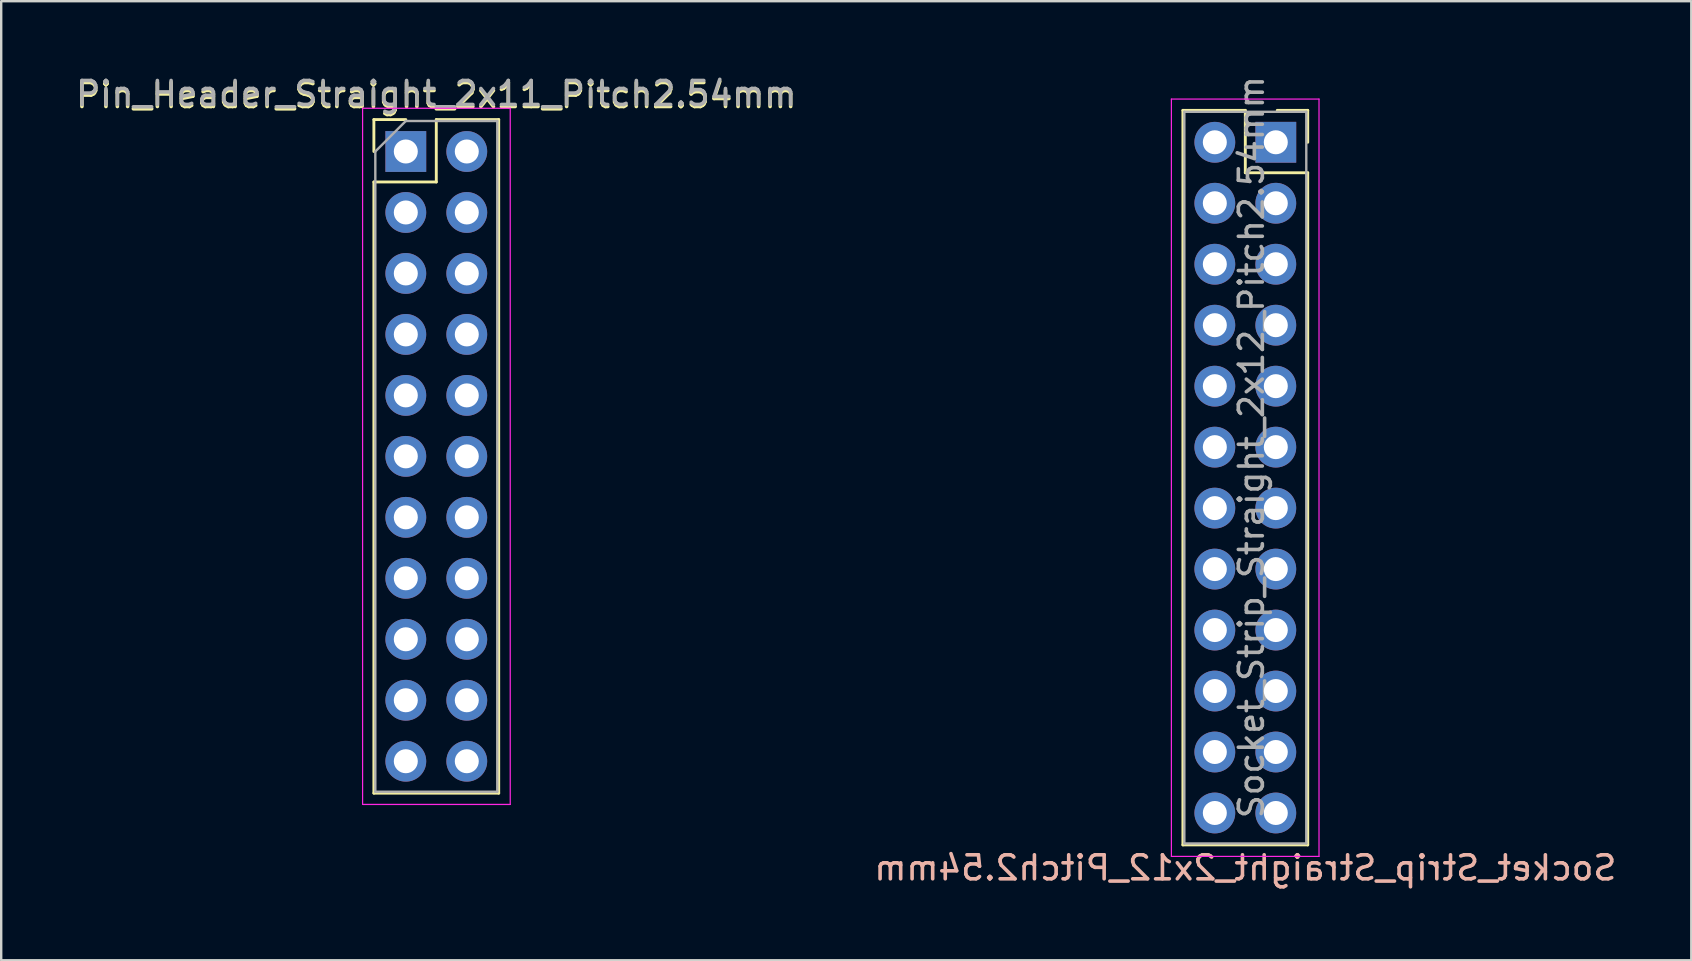
<source format=kicad_pcb>
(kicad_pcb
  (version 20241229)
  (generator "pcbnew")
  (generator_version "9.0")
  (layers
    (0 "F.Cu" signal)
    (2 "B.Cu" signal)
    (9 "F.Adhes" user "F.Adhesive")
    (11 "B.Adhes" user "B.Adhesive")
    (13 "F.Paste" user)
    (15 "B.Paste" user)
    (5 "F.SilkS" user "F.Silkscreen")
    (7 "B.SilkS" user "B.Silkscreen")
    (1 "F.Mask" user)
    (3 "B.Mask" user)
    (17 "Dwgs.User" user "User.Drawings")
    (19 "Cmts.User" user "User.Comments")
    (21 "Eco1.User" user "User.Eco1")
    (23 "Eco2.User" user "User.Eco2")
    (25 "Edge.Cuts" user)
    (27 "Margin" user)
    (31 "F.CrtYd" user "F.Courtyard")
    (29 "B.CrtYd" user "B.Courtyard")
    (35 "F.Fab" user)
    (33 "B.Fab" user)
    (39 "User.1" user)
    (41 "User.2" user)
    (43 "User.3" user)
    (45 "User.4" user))
  (footprint "Socket_Strip_Straight_2x12_Pitch2.54mm"
    (layer "F.Cu")
    (at 50.097 2.877)
    (property "Reference" "Socket_Strip_Straight_2x12_Pitch2.54mm" (at -1.27 30.226 0) (layer "B.SilkS") (effects (font (size 1 1) (thickness 0.15)) (justify mirror)))
    (attr through_hole)
    (fp_line (start -3.87 -1.33) (end -1.27 -1.33) (stroke (width 0.12) (type solid)) (layer "F.SilkS"))
    (fp_line (start -3.87 29.27) (end -3.87 -1.33) (stroke (width 0.12) (type solid)) (layer "F.SilkS"))
    (fp_line (start -1.27 -1.33) (end -1.27 1.27) (stroke (width 0.12) (type solid)) (layer "F.SilkS"))
    (fp_line (start -1.27 1.27) (end 1.33 1.27) (stroke (width 0.12) (type solid)) (layer "F.SilkS"))
    (fp_line (start 1.33 -1.33) (end 0.06 -1.33) (stroke (width 0.12) (type solid)) (layer "F.SilkS"))
    (fp_line (start 1.33 0) (end 1.33 -1.33) (stroke (width 0.12) (type solid)) (layer "F.SilkS"))
    (fp_line (start 1.33 1.27) (end 1.33 29.27) (stroke (width 0.12) (type solid)) (layer "F.SilkS"))
    (fp_line (start 1.33 29.27) (end -3.87 29.27) (stroke (width 0.12) (type solid)) (layer "F.SilkS"))
    (fp_line (start -4.35 -1.8) (end -4.35 29.75) (stroke (width 0.05) (type solid)) (layer "F.CrtYd"))
    (fp_line (start -4.35 29.75) (end 1.8 29.75) (stroke (width 0.05) (type solid)) (layer "F.CrtYd"))
    (fp_line (start 1.8 -1.8) (end -4.35 -1.8) (stroke (width 0.05) (type solid)) (layer "F.CrtYd"))
    (fp_line (start 1.8 29.75) (end 1.8 -1.8) (stroke (width 0.05) (type solid)) (layer "F.CrtYd"))
    (fp_line (start -3.81 -1.27) (end -3.81 29.21) (stroke (width 0.1) (type solid)) (layer "F.Fab"))
    (fp_line (start -3.81 29.21) (end 1.27 29.21) (stroke (width 0.1) (type solid)) (layer "F.Fab"))
    (fp_line (start 1.27 -1.27) (end -3.81 -1.27) (stroke (width 0.1) (type solid)) (layer "F.Fab"))
    (fp_line (start 1.27 29.21) (end 1.27 -1.27) (stroke (width 0.1) (type solid)) (layer "F.Fab"))
    (fp_text user "${REFERENCE}" (at -1.016 12.7 90) (layer "F.Fab") (effects (font (size 1 1) (thickness 0.15))))
    (pad "1" thru_hole rect (at 0 0) (size 1.7 1.7) (drill 1) (layers "*.Cu" "*.Mask"))
    (pad "2" thru_hole oval (at -2.54 0) (size 1.7 1.7) (drill 1) (layers "*.Cu" "*.Mask"))
    (pad "3" thru_hole oval (at 0 2.54) (size 1.7 1.7) (drill 1) (layers "*.Cu" "*.Mask"))
    (pad "4" thru_hole oval (at -2.54 2.54) (size 1.7 1.7) (drill 1) (layers "*.Cu" "*.Mask"))
    (pad "5" thru_hole oval (at 0 5.08) (size 1.7 1.7) (drill 1) (layers "*.Cu" "*.Mask"))
    (pad "6" thru_hole oval (at -2.54 5.08) (size 1.7 1.7) (drill 1) (layers "*.Cu" "*.Mask"))
    (pad "7" thru_hole oval (at 0 7.62) (size 1.7 1.7) (drill 1) (layers "*.Cu" "*.Mask"))
    (pad "8" thru_hole oval (at -2.54 7.62) (size 1.7 1.7) (drill 1) (layers "*.Cu" "*.Mask"))
    (pad "9" thru_hole oval (at 0 10.16) (size 1.7 1.7) (drill 1) (layers "*.Cu" "*.Mask"))
    (pad "10" thru_hole oval (at -2.54 10.16) (size 1.7 1.7) (drill 1) (layers "*.Cu" "*.Mask"))
    (pad "11" thru_hole oval (at 0 12.7) (size 1.7 1.7) (drill 1) (layers "*.Cu" "*.Mask"))
    (pad "12" thru_hole oval (at -2.54 12.7) (size 1.7 1.7) (drill 1) (layers "*.Cu" "*.Mask"))
    (pad "13" thru_hole oval (at 0 15.24) (size 1.7 1.7) (drill 1) (layers "*.Cu" "*.Mask"))
    (pad "14" thru_hole oval (at -2.54 15.24) (size 1.7 1.7) (drill 1) (layers "*.Cu" "*.Mask"))
    (pad "15" thru_hole oval (at 0 17.78) (size 1.7 1.7) (drill 1) (layers "*.Cu" "*.Mask"))
    (pad "16" thru_hole oval (at -2.54 17.78) (size 1.7 1.7) (drill 1) (layers "*.Cu" "*.Mask"))
    (pad "17" thru_hole oval (at 0 20.32) (size 1.7 1.7) (drill 1) (layers "*.Cu" "*.Mask"))
    (pad "18" thru_hole oval (at -2.54 20.32) (size 1.7 1.7) (drill 1) (layers "*.Cu" "*.Mask"))
    (pad "19" thru_hole oval (at 0 22.86) (size 1.7 1.7) (drill 1) (layers "*.Cu" "*.Mask"))
    (pad "20" thru_hole oval (at -2.54 22.86) (size 1.7 1.7) (drill 1) (layers "*.Cu" "*.Mask"))
    (pad "21" thru_hole oval (at 0 25.4) (size 1.7 1.7) (drill 1) (layers "*.Cu" "*.Mask"))
    (pad "22" thru_hole oval (at -2.54 25.4) (size 1.7 1.7) (drill 1) (layers "*.Cu" "*.Mask"))
    (pad "23" thru_hole oval (at 0 27.94) (size 1.7 1.7) (drill 1) (layers "*.Cu" "*.Mask"))
    (pad "24" thru_hole oval (at -2.54 27.94) (size 1.7 1.7) (drill 1) (layers "*.Cu" "*.Mask")))
  (footprint "Pin_Header_Straight_2x11_Pitch2.54mm"
    (layer "F.Cu")
    (at 13.855 3.261)
    (property "Reference" "Pin_Header_Straight_2x11_Pitch2.54mm" (at 1.27 -2.33 0) (layer "F.SilkS") (effects (font (size 1 1) (thickness 0.15))))
    (attr through_hole)
    (fp_line (start -1.33 -1.33) (end 0 -1.33) (stroke (width 0.12) (type solid)) (layer "F.SilkS"))
    (fp_line (start -1.33 0) (end -1.33 -1.33) (stroke (width 0.12) (type solid)) (layer "F.SilkS"))
    (fp_line (start -1.33 1.27) (end -1.33 26.73) (stroke (width 0.12) (type solid)) (layer "F.SilkS"))
    (fp_line (start -1.33 1.27) (end 1.27 1.27) (stroke (width 0.12) (type solid)) (layer "F.SilkS"))
    (fp_line (start -1.33 26.73) (end 3.87 26.73) (stroke (width 0.12) (type solid)) (layer "F.SilkS"))
    (fp_line (start 1.27 -1.33) (end 3.87 -1.33) (stroke (width 0.12) (type solid)) (layer "F.SilkS"))
    (fp_line (start 1.27 1.27) (end 1.27 -1.33) (stroke (width 0.12) (type solid)) (layer "F.SilkS"))
    (fp_line (start 3.87 -1.33) (end 3.87 26.73) (stroke (width 0.12) (type solid)) (layer "F.SilkS"))
    (fp_line (start -1.8 -1.8) (end -1.8 27.2) (stroke (width 0.05) (type solid)) (layer "F.CrtYd"))
    (fp_line (start -1.8 27.2) (end 4.35 27.2) (stroke (width 0.05) (type solid)) (layer "F.CrtYd"))
    (fp_line (start 4.35 -1.8) (end -1.8 -1.8) (stroke (width 0.05) (type solid)) (layer "F.CrtYd"))
    (fp_line (start 4.35 27.2) (end 4.35 -1.8) (stroke (width 0.05) (type solid)) (layer "F.CrtYd"))
    (fp_line (start -1.27 0) (end 0 -1.27) (stroke (width 0.1) (type solid)) (layer "F.Fab"))
    (fp_line (start -1.27 26.67) (end -1.27 0) (stroke (width 0.1) (type solid)) (layer "F.Fab"))
    (fp_line (start 0 -1.27) (end 3.81 -1.27) (stroke (width 0.1) (type solid)) (layer "F.Fab"))
    (fp_line (start 3.81 -1.27) (end 3.81 26.67) (stroke (width 0.1) (type solid)) (layer "F.Fab"))
    (fp_line (start 3.81 26.67) (end -1.27 26.67) (stroke (width 0.1) (type solid)) (layer "F.Fab"))
    (fp_text user "${REFERENCE}" (at 1.27 -2.413 0) (layer "F.Fab") (effects (font (size 1 1) (thickness 0.15))))
    (pad "1" thru_hole rect (at 0 0) (size 1.7 1.7) (drill 1) (layers "*.Cu" "*.Mask"))
    (pad "2" thru_hole oval (at 2.54 0) (size 1.7 1.7) (drill 1) (layers "*.Cu" "*.Mask"))
    (pad "3" thru_hole oval (at 0 2.54) (size 1.7 1.7) (drill 1) (layers "*.Cu" "*.Mask"))
    (pad "4" thru_hole oval (at 2.54 2.54) (size 1.7 1.7) (drill 1) (layers "*.Cu" "*.Mask"))
    (pad "5" thru_hole oval (at 0 5.08) (size 1.7 1.7) (drill 1) (layers "*.Cu" "*.Mask"))
    (pad "6" thru_hole oval (at 2.54 5.08) (size 1.7 1.7) (drill 1) (layers "*.Cu" "*.Mask"))
    (pad "7" thru_hole oval (at 0 7.62) (size 1.7 1.7) (drill 1) (layers "*.Cu" "*.Mask"))
    (pad "8" thru_hole oval (at 2.54 7.62) (size 1.7 1.7) (drill 1) (layers "*.Cu" "*.Mask"))
    (pad "9" thru_hole oval (at 0 10.16) (size 1.7 1.7) (drill 1) (layers "*.Cu" "*.Mask"))
    (pad "10" thru_hole oval (at 2.54 10.16) (size 1.7 1.7) (drill 1) (layers "*.Cu" "*.Mask"))
    (pad "11" thru_hole oval (at 0 12.7) (size 1.7 1.7) (drill 1) (layers "*.Cu" "*.Mask"))
    (pad "12" thru_hole oval (at 2.54 12.7) (size 1.7 1.7) (drill 1) (layers "*.Cu" "*.Mask"))
    (pad "13" thru_hole oval (at 0 15.24) (size 1.7 1.7) (drill 1) (layers "*.Cu" "*.Mask"))
    (pad "14" thru_hole oval (at 2.54 15.24) (size 1.7 1.7) (drill 1) (layers "*.Cu" "*.Mask"))
    (pad "15" thru_hole oval (at 0 17.78) (size 1.7 1.7) (drill 1) (layers "*.Cu" "*.Mask"))
    (pad "16" thru_hole oval (at 2.54 17.78) (size 1.7 1.7) (drill 1) (layers "*.Cu" "*.Mask"))
    (pad "17" thru_hole oval (at 0 20.32) (size 1.7 1.7) (drill 1) (layers "*.Cu" "*.Mask"))
    (pad "18" thru_hole oval (at 2.54 20.32) (size 1.7 1.7) (drill 1) (layers "*.Cu" "*.Mask"))
    (pad "19" thru_hole oval (at 0 22.86) (size 1.7 1.7) (drill 1) (layers "*.Cu" "*.Mask"))
    (pad "20" thru_hole oval (at 2.54 22.86) (size 1.7 1.7) (drill 1) (layers "*.Cu" "*.Mask"))
    (pad "21" thru_hole oval (at 0 25.4) (size 1.7 1.7) (drill 1) (layers "*.Cu" "*.Mask"))
    (pad "22" thru_hole oval (at 2.54 25.4) (size 1.7 1.7) (drill 1) (layers "*.Cu" "*.Mask")))
  (gr_rect
    (start -3 -3)
    (end 67.405 36.952)
    (stroke (width 0.1) (type default))
    (fill no)
    (layer "Edge.Cuts")))
</source>
